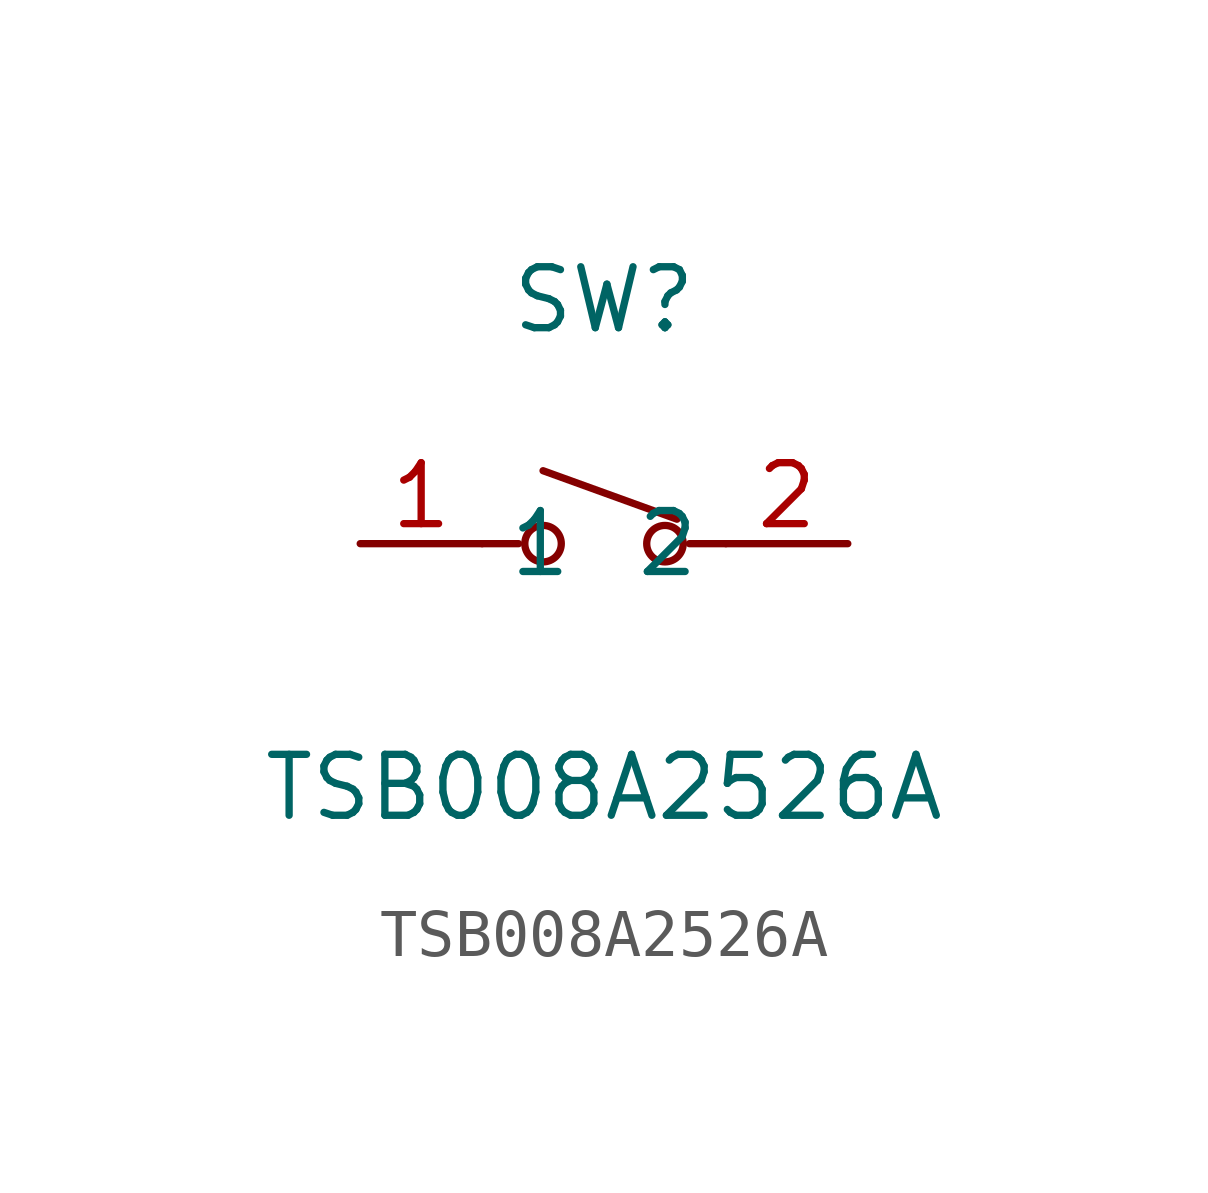
<source format=kicad_sym>
(kicad_symbol_lib
  (version 20211014)
  (generator https://github.com/uPesy/easyeda2kicad.py)
  (symbol "TSB008A2526A"
    (property "Reference" "SW"
      (at 0 5.08 0)
      (effects (font (size 1.27 1.27))))
    (property "Value" "TSB008A2526A"
      (at 0 -5.08 0)
      (effects (font (size 1.27 1.27))))
    (symbol "TSB008A2526A_0_1"
      (circle (center -1.27 -0.00) (radius 0.38) (stroke (width 0) (type default) (color 0 0 0 0)) (fill (type none)))
      (circle (center 1.27 -0.00) (radius 0.38) (stroke (width 0) (type default) (color 0 0 0 0)) (fill (type none)))
      (polyline (pts (xy -1.78 -0.00) (xy -2.54 -0.00)) (stroke (width 0) (type default) (color 0 0 0 0)) (fill (type none)))
      (polyline (pts (xy 1.78 -0.00) (xy 2.54 -0.00)) (stroke (width 0) (type default) (color 0 0 0 0)) (fill (type none)))
      (polyline (pts (xy 1.52 0.51) (xy -1.27 1.52)) (stroke (width 0) (type default) (color 0 0 0 0)) (fill (type none)))
      (pin unspecified line (at -5.08 -0.00 0) (length 2.54) (name "1" (effects (font (size 1.27 1.27)))) (number "1" (effects (font (size 1.27 1.27)))))
      (pin unspecified line (at 5.08 -0.00 180) (length 2.54) (name "2" (effects (font (size 1.27 1.27)))) (number "2" (effects (font (size 1.27 1.27))))))))
</source>
